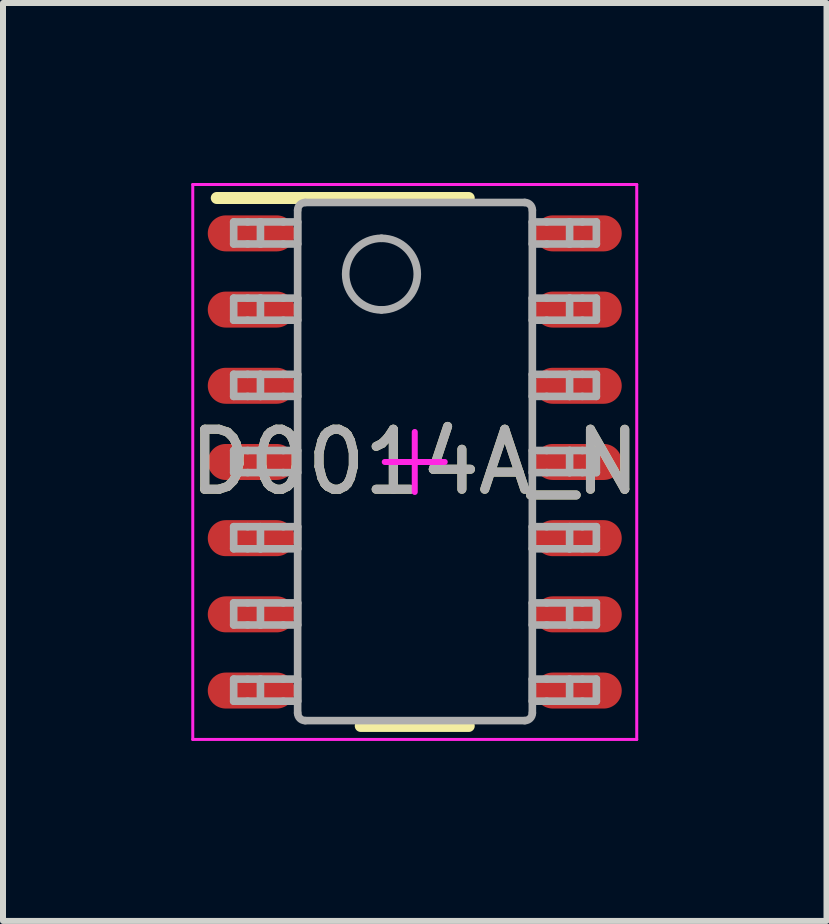
<source format=kicad_pcb>
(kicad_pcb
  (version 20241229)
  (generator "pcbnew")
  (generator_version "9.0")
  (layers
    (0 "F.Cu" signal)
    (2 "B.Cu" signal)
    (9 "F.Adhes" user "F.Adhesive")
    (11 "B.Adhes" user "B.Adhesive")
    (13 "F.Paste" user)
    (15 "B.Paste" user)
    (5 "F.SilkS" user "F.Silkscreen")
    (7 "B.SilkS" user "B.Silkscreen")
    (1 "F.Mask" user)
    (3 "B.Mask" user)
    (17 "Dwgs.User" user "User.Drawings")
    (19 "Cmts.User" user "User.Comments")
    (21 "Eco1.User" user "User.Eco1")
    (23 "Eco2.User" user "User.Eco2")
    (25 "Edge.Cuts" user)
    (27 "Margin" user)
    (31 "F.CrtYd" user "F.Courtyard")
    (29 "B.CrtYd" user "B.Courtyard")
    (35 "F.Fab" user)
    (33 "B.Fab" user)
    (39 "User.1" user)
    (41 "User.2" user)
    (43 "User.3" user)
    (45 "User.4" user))
  (footprint "D0014A_N"
    (layer "F.Cu")
    (at 3.863 4.65)
    (property "Reference" "D0014A_N" (at 0 0 0) (unlocked yes) (layer "F.SilkS") (effects (font (size 1 1) (thickness 0.15))))
    (attr smd)
    (fp_line (start -3.3 -4.4) (end 0.9 -4.4) (stroke (width 0.2) (type solid)) (layer "F.SilkS"))
    (fp_line (start -0.9 4.4) (end 0.9 4.4) (stroke (width 0.2) (type solid)) (layer "F.SilkS"))
    (fp_line (start -3.7 -4.625) (end 3.7 -4.625) (stroke (width 0.05) (type solid)) (layer "F.CrtYd"))
    (fp_line (start -3.7 4.625) (end -3.7 -4.625) (stroke (width 0.05) (type solid)) (layer "F.CrtYd"))
    (fp_line (start -3.7 4.625) (end 3.7 4.625) (stroke (width 0.05) (type solid)) (layer "F.CrtYd"))
    (fp_line (start -0.5 0) (end 0.5 0) (stroke (width 0.1) (type solid)) (layer "F.CrtYd"))
    (fp_line (start 0 0.5) (end 0 -0.5) (stroke (width 0.1) (type solid)) (layer "F.CrtYd"))
    (fp_line (start 3.7 4.625) (end 3.7 -4.625) (stroke (width 0.05) (type solid)) (layer "F.CrtYd"))
    (fp_line (start -3.018 -4.001) (end -2.785 -4.001) (stroke (width 0.127) (type solid)) (layer "F.Fab"))
    (fp_line (start -3.018 -3.633) (end -3.018 -4.001) (stroke (width 0.127) (type solid)) (layer "F.Fab"))
    (fp_line (start -3.018 -3.633) (end -2.785 -3.633) (stroke (width 0.127) (type solid)) (layer "F.Fab"))
    (fp_line (start -3.018 -2.731) (end -2.785 -2.731) (stroke (width 0.127) (type solid)) (layer "F.Fab"))
    (fp_line (start -3.018 -2.363) (end -3.018 -2.731) (stroke (width 0.127) (type solid)) (layer "F.Fab"))
    (fp_line (start -3.018 -2.363) (end -2.785 -2.363) (stroke (width 0.127) (type solid)) (layer "F.Fab"))
    (fp_line (start -3.018 -1.461) (end -2.785 -1.461) (stroke (width 0.127) (type solid)) (layer "F.Fab"))
    (fp_line (start -3.018 -1.093) (end -3.018 -1.461) (stroke (width 0.127) (type solid)) (layer "F.Fab"))
    (fp_line (start -3.018 -1.093) (end -2.785 -1.093) (stroke (width 0.127) (type solid)) (layer "F.Fab"))
    (fp_line (start -3.018 -0.191) (end -2.785 -0.191) (stroke (width 0.127) (type solid)) (layer "F.Fab"))
    (fp_line (start -3.018 0.177) (end -3.018 -0.191) (stroke (width 0.127) (type solid)) (layer "F.Fab"))
    (fp_line (start -3.018 0.177) (end -2.785 0.177) (stroke (width 0.127) (type solid)) (layer "F.Fab"))
    (fp_line (start -3.018 1.079) (end -2.785 1.079) (stroke (width 0.127) (type solid)) (layer "F.Fab"))
    (fp_line (start -3.018 1.447) (end -3.018 1.079) (stroke (width 0.127) (type solid)) (layer "F.Fab"))
    (fp_line (start -3.018 1.447) (end -2.785 1.447) (stroke (width 0.127) (type solid)) (layer "F.Fab"))
    (fp_line (start -3.018 2.349) (end -2.785 2.349) (stroke (width 0.127) (type solid)) (layer "F.Fab"))
    (fp_line (start -3.018 2.717) (end -3.018 2.349) (stroke (width 0.127) (type solid)) (layer "F.Fab"))
    (fp_line (start -3.018 2.717) (end -2.785 2.717) (stroke (width 0.127) (type solid)) (layer "F.Fab"))
    (fp_line (start -3.018 3.619) (end -2.785 3.619) (stroke (width 0.127) (type solid)) (layer "F.Fab"))
    (fp_line (start -3.018 3.987) (end -3.018 3.619) (stroke (width 0.127) (type solid)) (layer "F.Fab"))
    (fp_line (start -3.018 3.987) (end -2.785 3.987) (stroke (width 0.127) (type solid)) (layer "F.Fab"))
    (fp_line (start -2.785 -4.001) (end -2.572 -4.001) (stroke (width 0.127) (type solid)) (layer "F.Fab"))
    (fp_line (start -2.785 -3.633) (end -2.572 -3.633) (stroke (width 0.127) (type solid)) (layer "F.Fab"))
    (fp_line (start -2.785 -2.731) (end -2.572 -2.731) (stroke (width 0.127) (type solid)) (layer "F.Fab"))
    (fp_line (start -2.785 -2.363) (end -2.572 -2.363) (stroke (width 0.127) (type solid)) (layer "F.Fab"))
    (fp_line (start -2.785 -1.461) (end -2.572 -1.461) (stroke (width 0.127) (type solid)) (layer "F.Fab"))
    (fp_line (start -2.785 -1.093) (end -2.572 -1.093) (stroke (width 0.127) (type solid)) (layer "F.Fab"))
    (fp_line (start -2.785 -0.191) (end -2.572 -0.191) (stroke (width 0.127) (type solid)) (layer "F.Fab"))
    (fp_line (start -2.785 0.177) (end -2.572 0.177) (stroke (width 0.127) (type solid)) (layer "F.Fab"))
    (fp_line (start -2.785 1.079) (end -2.572 1.079) (stroke (width 0.127) (type solid)) (layer "F.Fab"))
    (fp_line (start -2.785 1.447) (end -2.572 1.447) (stroke (width 0.127) (type solid)) (layer "F.Fab"))
    (fp_line (start -2.785 2.349) (end -2.572 2.349) (stroke (width 0.127) (type solid)) (layer "F.Fab"))
    (fp_line (start -2.785 2.717) (end -2.572 2.717) (stroke (width 0.127) (type solid)) (layer "F.Fab"))
    (fp_line (start -2.785 3.619) (end -2.572 3.619) (stroke (width 0.127) (type solid)) (layer "F.Fab"))
    (fp_line (start -2.785 3.987) (end -2.572 3.987) (stroke (width 0.127) (type solid)) (layer "F.Fab"))
    (fp_line (start -2.572 -4.001) (end -2.191 -4.001) (stroke (width 0.127) (type solid)) (layer "F.Fab"))
    (fp_line (start -2.572 -3.633) (end -2.572 -4.001) (stroke (width 0.127) (type solid)) (layer "F.Fab"))
    (fp_line (start -2.572 -3.633) (end -2.191 -3.633) (stroke (width 0.127) (type solid)) (layer "F.Fab"))
    (fp_line (start -2.572 -2.731) (end -2.191 -2.731) (stroke (width 0.127) (type solid)) (layer "F.Fab"))
    (fp_line (start -2.572 -2.363) (end -2.572 -2.731) (stroke (width 0.127) (type solid)) (layer "F.Fab"))
    (fp_line (start -2.572 -2.363) (end -2.191 -2.363) (stroke (width 0.127) (type solid)) (layer "F.Fab"))
    (fp_line (start -2.572 -1.461) (end -2.191 -1.461) (stroke (width 0.127) (type solid)) (layer "F.Fab"))
    (fp_line (start -2.572 -1.093) (end -2.572 -1.461) (stroke (width 0.127) (type solid)) (layer "F.Fab"))
    (fp_line (start -2.572 -1.093) (end -2.191 -1.093) (stroke (width 0.127) (type solid)) (layer "F.Fab"))
    (fp_line (start -2.572 -0.191) (end -2.191 -0.191) (stroke (width 0.127) (type solid)) (layer "F.Fab"))
    (fp_line (start -2.572 0.177) (end -2.572 -0.191) (stroke (width 0.127) (type solid)) (layer "F.Fab"))
    (fp_line (start -2.572 0.177) (end -2.191 0.177) (stroke (width 0.127) (type solid)) (layer "F.Fab"))
    (fp_line (start -2.572 1.079) (end -2.191 1.079) (stroke (width 0.127) (type solid)) (layer "F.Fab"))
    (fp_line (start -2.572 1.447) (end -2.572 1.079) (stroke (width 0.127) (type solid)) (layer "F.Fab"))
    (fp_line (start -2.572 1.447) (end -2.191 1.447) (stroke (width 0.127) (type solid)) (layer "F.Fab"))
    (fp_line (start -2.572 2.349) (end -2.191 2.349) (stroke (width 0.127) (type solid)) (layer "F.Fab"))
    (fp_line (start -2.572 2.717) (end -2.572 2.349) (stroke (width 0.127) (type solid)) (layer "F.Fab"))
    (fp_line (start -2.572 2.717) (end -2.191 2.717) (stroke (width 0.127) (type solid)) (layer "F.Fab"))
    (fp_line (start -2.572 3.619) (end -2.191 3.619) (stroke (width 0.127) (type solid)) (layer "F.Fab"))
    (fp_line (start -2.572 3.987) (end -2.572 3.619) (stroke (width 0.127) (type solid)) (layer "F.Fab"))
    (fp_line (start -2.572 3.987) (end -2.191 3.987) (stroke (width 0.127) (type solid)) (layer "F.Fab"))
    (fp_line (start -2.191 -4.001) (end -1.952 -4.001) (stroke (width 0.127) (type solid)) (layer "F.Fab"))
    (fp_line (start -2.191 -3.633) (end -1.952 -3.633) (stroke (width 0.127) (type solid)) (layer "F.Fab"))
    (fp_line (start -2.191 -2.731) (end -1.952 -2.731) (stroke (width 0.127) (type solid)) (layer "F.Fab"))
    (fp_line (start -2.191 -2.363) (end -1.952 -2.363) (stroke (width 0.127) (type solid)) (layer "F.Fab"))
    (fp_line (start -2.191 -1.461) (end -1.952 -1.461) (stroke (width 0.127) (type solid)) (layer "F.Fab"))
    (fp_line (start -2.191 -1.093) (end -1.952 -1.093) (stroke (width 0.127) (type solid)) (layer "F.Fab"))
    (fp_line (start -2.191 -0.191) (end -1.952 -0.191) (stroke (width 0.127) (type solid)) (layer "F.Fab"))
    (fp_line (start -2.191 0.177) (end -1.952 0.177) (stroke (width 0.127) (type solid)) (layer "F.Fab"))
    (fp_line (start -2.191 1.079) (end -1.952 1.079) (stroke (width 0.127) (type solid)) (layer "F.Fab"))
    (fp_line (start -2.191 1.447) (end -1.952 1.447) (stroke (width 0.127) (type solid)) (layer "F.Fab"))
    (fp_line (start -2.191 2.349) (end -1.952 2.349) (stroke (width 0.127) (type solid)) (layer "F.Fab"))
    (fp_line (start -2.191 2.717) (end -1.952 2.717) (stroke (width 0.127) (type solid)) (layer "F.Fab"))
    (fp_line (start -2.191 3.619) (end -1.952 3.619) (stroke (width 0.127) (type solid)) (layer "F.Fab"))
    (fp_line (start -2.191 3.987) (end -1.952 3.987) (stroke (width 0.127) (type solid)) (layer "F.Fab"))
    (fp_line (start -1.952 -3.633) (end -1.952 -4.001) (stroke (width 0.127) (type solid)) (layer "F.Fab"))
    (fp_line (start -1.952 -2.363) (end -1.952 -2.731) (stroke (width 0.127) (type solid)) (layer "F.Fab"))
    (fp_line (start -1.952 -1.093) (end -1.952 -1.461) (stroke (width 0.127) (type solid)) (layer "F.Fab"))
    (fp_line (start -1.952 0.177) (end -1.952 -0.191) (stroke (width 0.127) (type solid)) (layer "F.Fab"))
    (fp_line (start -1.952 1.447) (end -1.952 1.079) (stroke (width 0.127) (type solid)) (layer "F.Fab"))
    (fp_line (start -1.952 2.717) (end -1.952 2.349) (stroke (width 0.127) (type solid)) (layer "F.Fab"))
    (fp_line (start -1.952 3.987) (end -1.952 3.619) (stroke (width 0.127) (type solid)) (layer "F.Fab"))
    (fp_line (start -1.952 4.184) (end -1.952 -4.198) (stroke (width 0.127) (type solid)) (layer "F.Fab"))
    (fp_line (start -1.825 -4.325) (end 1.834 -4.325) (stroke (width 0.127) (type solid)) (layer "F.Fab"))
    (fp_line (start -1.825 4.311) (end 1.834 4.311) (stroke (width 0.127) (type solid)) (layer "F.Fab"))
    (fp_line (start 1.96 -4.001) (end 2.2 -4.001) (stroke (width 0.127) (type solid)) (layer "F.Fab"))
    (fp_line (start 1.96 -3.633) (end 1.96 -4.001) (stroke (width 0.127) (type solid)) (layer "F.Fab"))
    (fp_line (start 1.96 -3.633) (end 2.2 -3.633) (stroke (width 0.127) (type solid)) (layer "F.Fab"))
    (fp_line (start 1.96 -2.731) (end 2.2 -2.731) (stroke (width 0.127) (type solid)) (layer "F.Fab"))
    (fp_line (start 1.96 -2.363) (end 1.96 -2.731) (stroke (width 0.127) (type solid)) (layer "F.Fab"))
    (fp_line (start 1.96 -2.363) (end 2.2 -2.363) (stroke (width 0.127) (type solid)) (layer "F.Fab"))
    (fp_line (start 1.96 -1.461) (end 2.2 -1.461) (stroke (width 0.127) (type solid)) (layer "F.Fab"))
    (fp_line (start 1.96 -1.093) (end 1.96 -1.461) (stroke (width 0.127) (type solid)) (layer "F.Fab"))
    (fp_line (start 1.96 -1.093) (end 2.2 -1.093) (stroke (width 0.127) (type solid)) (layer "F.Fab"))
    (fp_line (start 1.96 -0.191) (end 2.2 -0.191) (stroke (width 0.127) (type solid)) (layer "F.Fab"))
    (fp_line (start 1.96 0.177) (end 1.96 -0.191) (stroke (width 0.127) (type solid)) (layer "F.Fab"))
    (fp_line (start 1.96 0.177) (end 2.2 0.177) (stroke (width 0.127) (type solid)) (layer "F.Fab"))
    (fp_line (start 1.96 1.079) (end 2.2 1.079) (stroke (width 0.127) (type solid)) (layer "F.Fab"))
    (fp_line (start 1.96 1.447) (end 1.96 1.079) (stroke (width 0.127) (type solid)) (layer "F.Fab"))
    (fp_line (start 1.96 1.447) (end 2.2 1.447) (stroke (width 0.127) (type solid)) (layer "F.Fab"))
    (fp_line (start 1.96 2.349) (end 2.2 2.349) (stroke (width 0.127) (type solid)) (layer "F.Fab"))
    (fp_line (start 1.96 2.717) (end 1.96 2.349) (stroke (width 0.127) (type solid)) (layer "F.Fab"))
    (fp_line (start 1.96 2.717) (end 2.2 2.717) (stroke (width 0.127) (type solid)) (layer "F.Fab"))
    (fp_line (start 1.96 3.619) (end 2.2 3.619) (stroke (width 0.127) (type solid)) (layer "F.Fab"))
    (fp_line (start 1.96 3.987) (end 1.96 3.619) (stroke (width 0.127) (type solid)) (layer "F.Fab"))
    (fp_line (start 1.96 3.987) (end 2.2 3.987) (stroke (width 0.127) (type solid)) (layer "F.Fab"))
    (fp_line (start 1.96 4.184) (end 1.96 -4.198) (stroke (width 0.127) (type solid)) (layer "F.Fab"))
    (fp_line (start 2.2 -4.001) (end 2.581 -4.001) (stroke (width 0.127) (type solid)) (layer "F.Fab"))
    (fp_line (start 2.2 -3.633) (end 2.581 -3.633) (stroke (width 0.127) (type solid)) (layer "F.Fab"))
    (fp_line (start 2.2 -2.731) (end 2.581 -2.731) (stroke (width 0.127) (type solid)) (layer "F.Fab"))
    (fp_line (start 2.2 -2.363) (end 2.581 -2.363) (stroke (width 0.127) (type solid)) (layer "F.Fab"))
    (fp_line (start 2.2 -1.461) (end 2.581 -1.461) (stroke (width 0.127) (type solid)) (layer "F.Fab"))
    (fp_line (start 2.2 -1.093) (end 2.581 -1.093) (stroke (width 0.127) (type solid)) (layer "F.Fab"))
    (fp_line (start 2.2 -0.191) (end 2.581 -0.191) (stroke (width 0.127) (type solid)) (layer "F.Fab"))
    (fp_line (start 2.2 0.177) (end 2.581 0.177) (stroke (width 0.127) (type solid)) (layer "F.Fab"))
    (fp_line (start 2.2 1.079) (end 2.581 1.079) (stroke (width 0.127) (type solid)) (layer "F.Fab"))
    (fp_line (start 2.2 1.447) (end 2.581 1.447) (stroke (width 0.127) (type solid)) (layer "F.Fab"))
    (fp_line (start 2.2 2.349) (end 2.581 2.349) (stroke (width 0.127) (type solid)) (layer "F.Fab"))
    (fp_line (start 2.2 2.717) (end 2.581 2.717) (stroke (width 0.127) (type solid)) (layer "F.Fab"))
    (fp_line (start 2.2 3.619) (end 2.581 3.619) (stroke (width 0.127) (type solid)) (layer "F.Fab"))
    (fp_line (start 2.2 3.987) (end 2.581 3.987) (stroke (width 0.127) (type solid)) (layer "F.Fab"))
    (fp_line (start 2.581 -4.001) (end 2.794 -4.001) (stroke (width 0.127) (type solid)) (layer "F.Fab"))
    (fp_line (start 2.581 -3.633) (end 2.581 -4.001) (stroke (width 0.127) (type solid)) (layer "F.Fab"))
    (fp_line (start 2.581 -3.633) (end 2.794 -3.633) (stroke (width 0.127) (type solid)) (layer "F.Fab"))
    (fp_line (start 2.581 -2.731) (end 2.794 -2.731) (stroke (width 0.127) (type solid)) (layer "F.Fab"))
    (fp_line (start 2.581 -2.363) (end 2.581 -2.731) (stroke (width 0.127) (type solid)) (layer "F.Fab"))
    (fp_line (start 2.581 -2.363) (end 2.794 -2.363) (stroke (width 0.127) (type solid)) (layer "F.Fab"))
    (fp_line (start 2.581 -1.461) (end 2.794 -1.461) (stroke (width 0.127) (type solid)) (layer "F.Fab"))
    (fp_line (start 2.581 -1.093) (end 2.581 -1.461) (stroke (width 0.127) (type solid)) (layer "F.Fab"))
    (fp_line (start 2.581 -1.093) (end 2.794 -1.093) (stroke (width 0.127) (type solid)) (layer "F.Fab"))
    (fp_line (start 2.581 -0.191) (end 2.794 -0.191) (stroke (width 0.127) (type solid)) (layer "F.Fab"))
    (fp_line (start 2.581 0.177) (end 2.581 -0.191) (stroke (width 0.127) (type solid)) (layer "F.Fab"))
    (fp_line (start 2.581 0.177) (end 2.794 0.177) (stroke (width 0.127) (type solid)) (layer "F.Fab"))
    (fp_line (start 2.581 1.079) (end 2.794 1.079) (stroke (width 0.127) (type solid)) (layer "F.Fab"))
    (fp_line (start 2.581 1.447) (end 2.581 1.079) (stroke (width 0.127) (type solid)) (layer "F.Fab"))
    (fp_line (start 2.581 1.447) (end 2.794 1.447) (stroke (width 0.127) (type solid)) (layer "F.Fab"))
    (fp_line (start 2.581 2.349) (end 2.794 2.349) (stroke (width 0.127) (type solid)) (layer "F.Fab"))
    (fp_line (start 2.581 2.717) (end 2.581 2.349) (stroke (width 0.127) (type solid)) (layer "F.Fab"))
    (fp_line (start 2.581 2.717) (end 2.794 2.717) (stroke (width 0.127) (type solid)) (layer "F.Fab"))
    (fp_line (start 2.581 3.619) (end 2.794 3.619) (stroke (width 0.127) (type solid)) (layer "F.Fab"))
    (fp_line (start 2.581 3.987) (end 2.581 3.619) (stroke (width 0.127) (type solid)) (layer "F.Fab"))
    (fp_line (start 2.581 3.987) (end 2.794 3.987) (stroke (width 0.127) (type solid)) (layer "F.Fab"))
    (fp_line (start 2.794 -4.001) (end 3.027 -4.001) (stroke (width 0.127) (type solid)) (layer "F.Fab"))
    (fp_line (start 2.794 -3.633) (end 3.027 -3.633) (stroke (width 0.127) (type solid)) (layer "F.Fab"))
    (fp_line (start 2.794 -2.731) (end 3.027 -2.731) (stroke (width 0.127) (type solid)) (layer "F.Fab"))
    (fp_line (start 2.794 -2.363) (end 3.027 -2.363) (stroke (width 0.127) (type solid)) (layer "F.Fab"))
    (fp_line (start 2.794 -1.461) (end 3.027 -1.461) (stroke (width 0.127) (type solid)) (layer "F.Fab"))
    (fp_line (start 2.794 -1.093) (end 3.027 -1.093) (stroke (width 0.127) (type solid)) (layer "F.Fab"))
    (fp_line (start 2.794 -0.191) (end 3.027 -0.191) (stroke (width 0.127) (type solid)) (layer "F.Fab"))
    (fp_line (start 2.794 0.177) (end 3.027 0.177) (stroke (width 0.127) (type solid)) (layer "F.Fab"))
    (fp_line (start 2.794 1.079) (end 3.027 1.079) (stroke (width 0.127) (type solid)) (layer "F.Fab"))
    (fp_line (start 2.794 1.447) (end 3.027 1.447) (stroke (width 0.127) (type solid)) (layer "F.Fab"))
    (fp_line (start 2.794 2.349) (end 3.027 2.349) (stroke (width 0.127) (type solid)) (layer "F.Fab"))
    (fp_line (start 2.794 2.717) (end 3.027 2.717) (stroke (width 0.127) (type solid)) (layer "F.Fab"))
    (fp_line (start 2.794 3.619) (end 3.027 3.619) (stroke (width 0.127) (type solid)) (layer "F.Fab"))
    (fp_line (start 2.794 3.987) (end 3.027 3.987) (stroke (width 0.127) (type solid)) (layer "F.Fab"))
    (fp_line (start 3.027 -3.633) (end 3.027 -4.001) (stroke (width 0.127) (type solid)) (layer "F.Fab"))
    (fp_line (start 3.027 -2.363) (end 3.027 -2.731) (stroke (width 0.127) (type solid)) (layer "F.Fab"))
    (fp_line (start 3.027 -1.093) (end 3.027 -1.461) (stroke (width 0.127) (type solid)) (layer "F.Fab"))
    (fp_line (start 3.027 0.177) (end 3.027 -0.191) (stroke (width 0.127) (type solid)) (layer "F.Fab"))
    (fp_line (start 3.027 1.447) (end 3.027 1.079) (stroke (width 0.127) (type solid)) (layer "F.Fab"))
    (fp_line (start 3.027 2.717) (end 3.027 2.349) (stroke (width 0.127) (type solid)) (layer "F.Fab"))
    (fp_line (start 3.027 3.987) (end 3.027 3.619) (stroke (width 0.127) (type solid)) (layer "F.Fab"))
    (fp_arc (start -1.951542 -4.198456) (mid -1.91434 -4.287798) (end -1.824999 -4.324999) (stroke (width 0.127) (type solid)) (layer "F.Fab"))
    (fp_arc (start -1.824999 4.310999) (mid -1.914335 4.27381) (end -1.951542 4.184481) (stroke (width 0.127) (type solid)) (layer "F.Fab"))
    (fp_arc (start -0.554543 -3.7281) (mid 0.042357 -3.1312) (end -0.554543 -2.5343) (stroke (width 0.127) (type solid)) (layer "F.Fab"))
    (fp_arc (start -0.554543 -2.5343) (mid -1.151443 -3.1312) (end -0.554543 -3.7281) (stroke (width 0.127) (type solid)) (layer "F.Fab"))
    (fp_arc (start 1.833539 -4.324999) (mid 1.922867 -4.287792) (end 1.960056 -4.198456) (stroke (width 0.127) (type solid)) (layer "F.Fab"))
    (fp_arc (start 1.960056 4.184481) (mid 1.922862 4.273805) (end 1.833538 4.310999) (stroke (width 0.127) (type solid)) (layer "F.Fab"))
    (fp_text user "${REFERENCE}" (at 0 0 0) (unlocked yes) (layer "F.Fab") (effects (font (size 1 1) (thickness 0.15))))
    (pad "1" smd oval (at -2.725 -3.81 90) (size 0.6 1.45) (layers "F.Cu" "F.Mask" "F.Paste"))
    (pad "2" smd oval (at -2.725 -2.54 90) (size 0.6 1.45) (layers "F.Cu" "F.Mask" "F.Paste"))
    (pad "3" smd oval (at -2.725 -1.27 90) (size 0.6 1.45) (layers "F.Cu" "F.Mask" "F.Paste"))
    (pad "4" smd oval (at -2.725 0 90) (size 0.6 1.45) (layers "F.Cu" "F.Mask" "F.Paste"))
    (pad "5" smd oval (at -2.725 1.27 90) (size 0.6 1.45) (layers "F.Cu" "F.Mask" "F.Paste"))
    (pad "6" smd oval (at -2.725 2.54 90) (size 0.6 1.45) (layers "F.Cu" "F.Mask" "F.Paste"))
    (pad "7" smd oval (at -2.725 3.81 90) (size 0.6 1.45) (layers "F.Cu" "F.Mask" "F.Paste"))
    (pad "8" smd oval (at 2.725 3.81 90) (size 0.6 1.45) (layers "F.Cu" "F.Mask" "F.Paste"))
    (pad "9" smd oval (at 2.725 2.54 90) (size 0.6 1.45) (layers "F.Cu" "F.Mask" "F.Paste"))
    (pad "10" smd oval (at 2.725 1.27 90) (size 0.6 1.45) (layers "F.Cu" "F.Mask" "F.Paste"))
    (pad "11" smd oval (at 2.725 0 90) (size 0.6 1.45) (layers "F.Cu" "F.Mask" "F.Paste"))
    (pad "12" smd oval (at 2.725 -1.27 90) (size 0.6 1.45) (layers "F.Cu" "F.Mask" "F.Paste"))
    (pad "13" smd oval (at 2.725 -2.54 90) (size 0.6 1.45) (layers "F.Cu" "F.Mask" "F.Paste"))
    (pad "14" smd oval (at 2.725 -3.81 90) (size 0.6 1.45) (layers "F.Cu" "F.Mask" "F.Paste")))
  (gr_rect
    (start -3 -3)
    (end 10.726 12.3)
    (stroke (width 0.1) (type default))
    (fill no)
    (layer "Edge.Cuts")))
</source>
